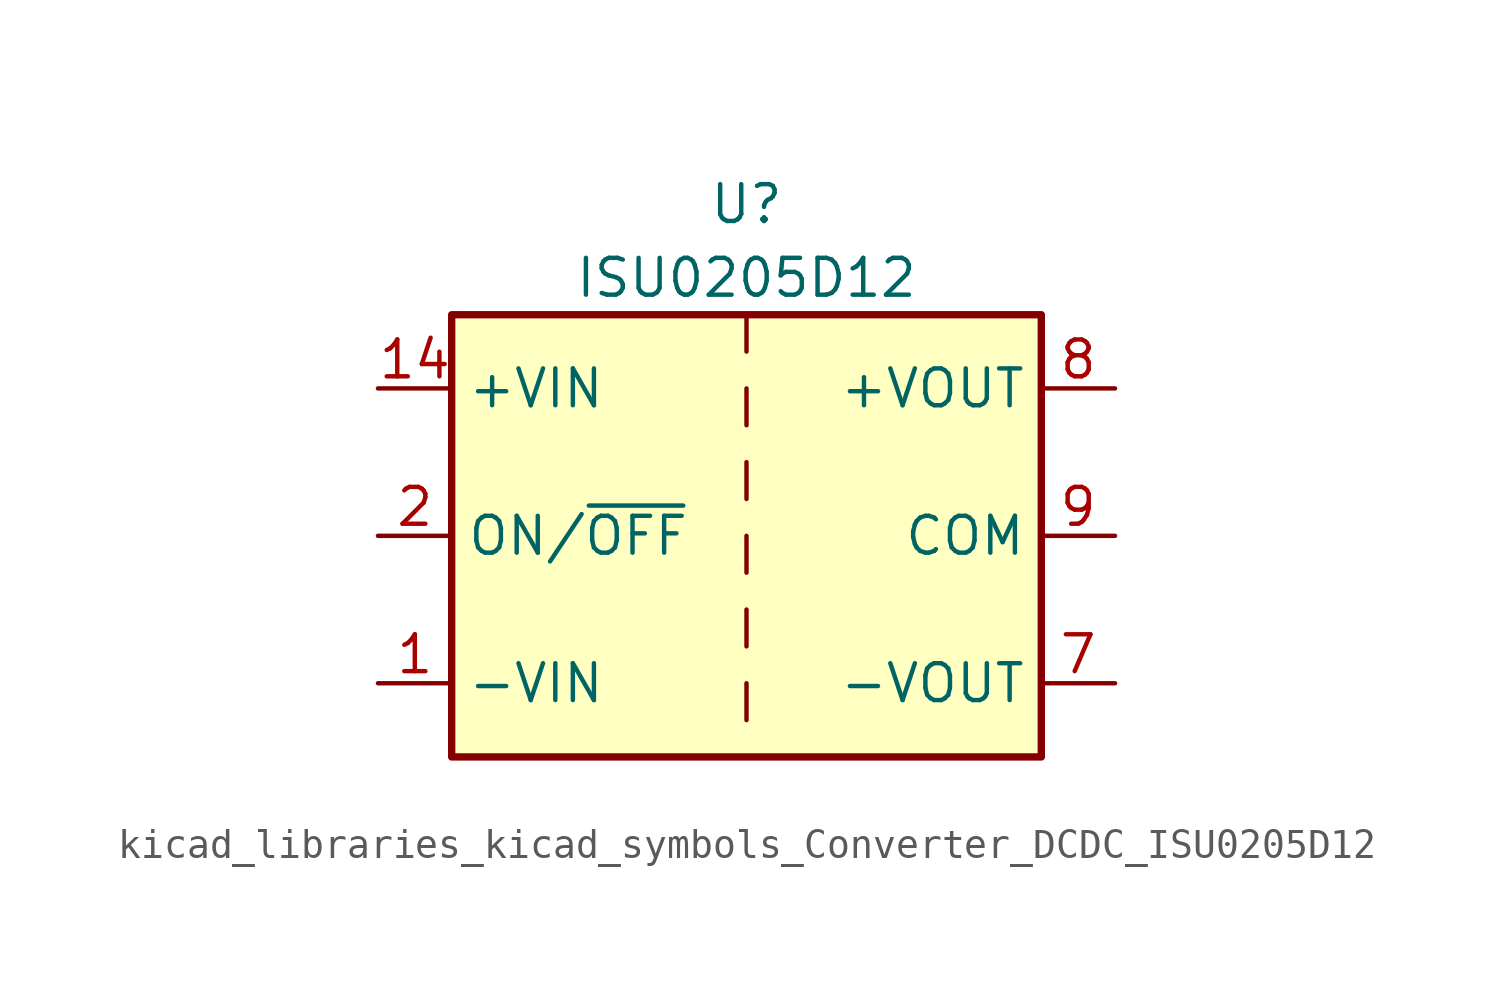
<source format=kicad_sym>
(kicad_symbol_lib
  (version 20220914)
  (generator kicad_symbol_editor)
  (symbol "kicad_libraries_kicad_symbols_Converter_DCDC_ISU0205D12"
    (property "Reference" "U"
      (at 0 11.43 0)
      (effects (font (size 1.27 1.27))))
    (property "Value" "ISU0205D12"
      (at 0 8.89 0)
      (effects (font (size 1.27 1.27))))
    (symbol "kicad_libraries_kicad_symbols_Converter_DCDC_ISU0205D12_0_1"
      (rectangle (start -10.16 7.62) (end 10.16 -7.62) (stroke (width 0.254) (type default)) (fill (type background)))
      (polyline (pts (xy 0 -5.08) (xy 0 -6.35)) (stroke (width 0) (type default)) (fill (type none)))
      (polyline (pts (xy 0 -2.54) (xy 0 -3.81)) (stroke (width 0) (type default)) (fill (type none)))
      (polyline (pts (xy 0 0) (xy 0 -1.27)) (stroke (width 0) (type default)) (fill (type none)))
      (polyline (pts (xy 0 2.54) (xy 0 1.27)) (stroke (width 0) (type default)) (fill (type none)))
      (polyline (pts (xy 0 5.08) (xy 0 3.81)) (stroke (width 0) (type default)) (fill (type none)))
      (polyline (pts (xy 0 7.62) (xy 0 6.35)) (stroke (width 0) (type default)) (fill (type none))))
    (symbol "kicad_libraries_kicad_symbols_Converter_DCDC_ISU0205D12_1_1"
      (pin power_in line (at -12.7 -5.08 0) (length 2.54) (name "-VIN" (effects (font (size 1.27 1.27)))) (number "1" (effects (font (size 1.27 1.27)))))
      (pin power_in line (at -12.7 5.08 0) (length 2.54) (name "+VIN" (effects (font (size 1.27 1.27)))) (number "14" (effects (font (size 1.27 1.27)))))
      (pin input line (at -12.7 0 0) (length 2.54) (name "ON/~{OFF}" (effects (font (size 1.27 1.27)))) (number "2" (effects (font (size 1.27 1.27)))))
      (pin passive line (at 12.7 0 180) (length 2.54) hide (name "COM" (effects (font (size 1.27 1.27)))) (number "6" (effects (font (size 1.27 1.27)))))
      (pin power_out line (at 12.7 -5.08 180) (length 2.54) (name "-VOUT" (effects (font (size 1.27 1.27)))) (number "7" (effects (font (size 1.27 1.27)))))
      (pin power_out line (at 12.7 5.08 180) (length 2.54) (name "+VOUT" (effects (font (size 1.27 1.27)))) (number "8" (effects (font (size 1.27 1.27)))))
      (pin power_out line (at 12.7 0 180) (length 2.54) (name "COM" (effects (font (size 1.27 1.27)))) (number "9" (effects (font (size 1.27 1.27))))))))
</source>
